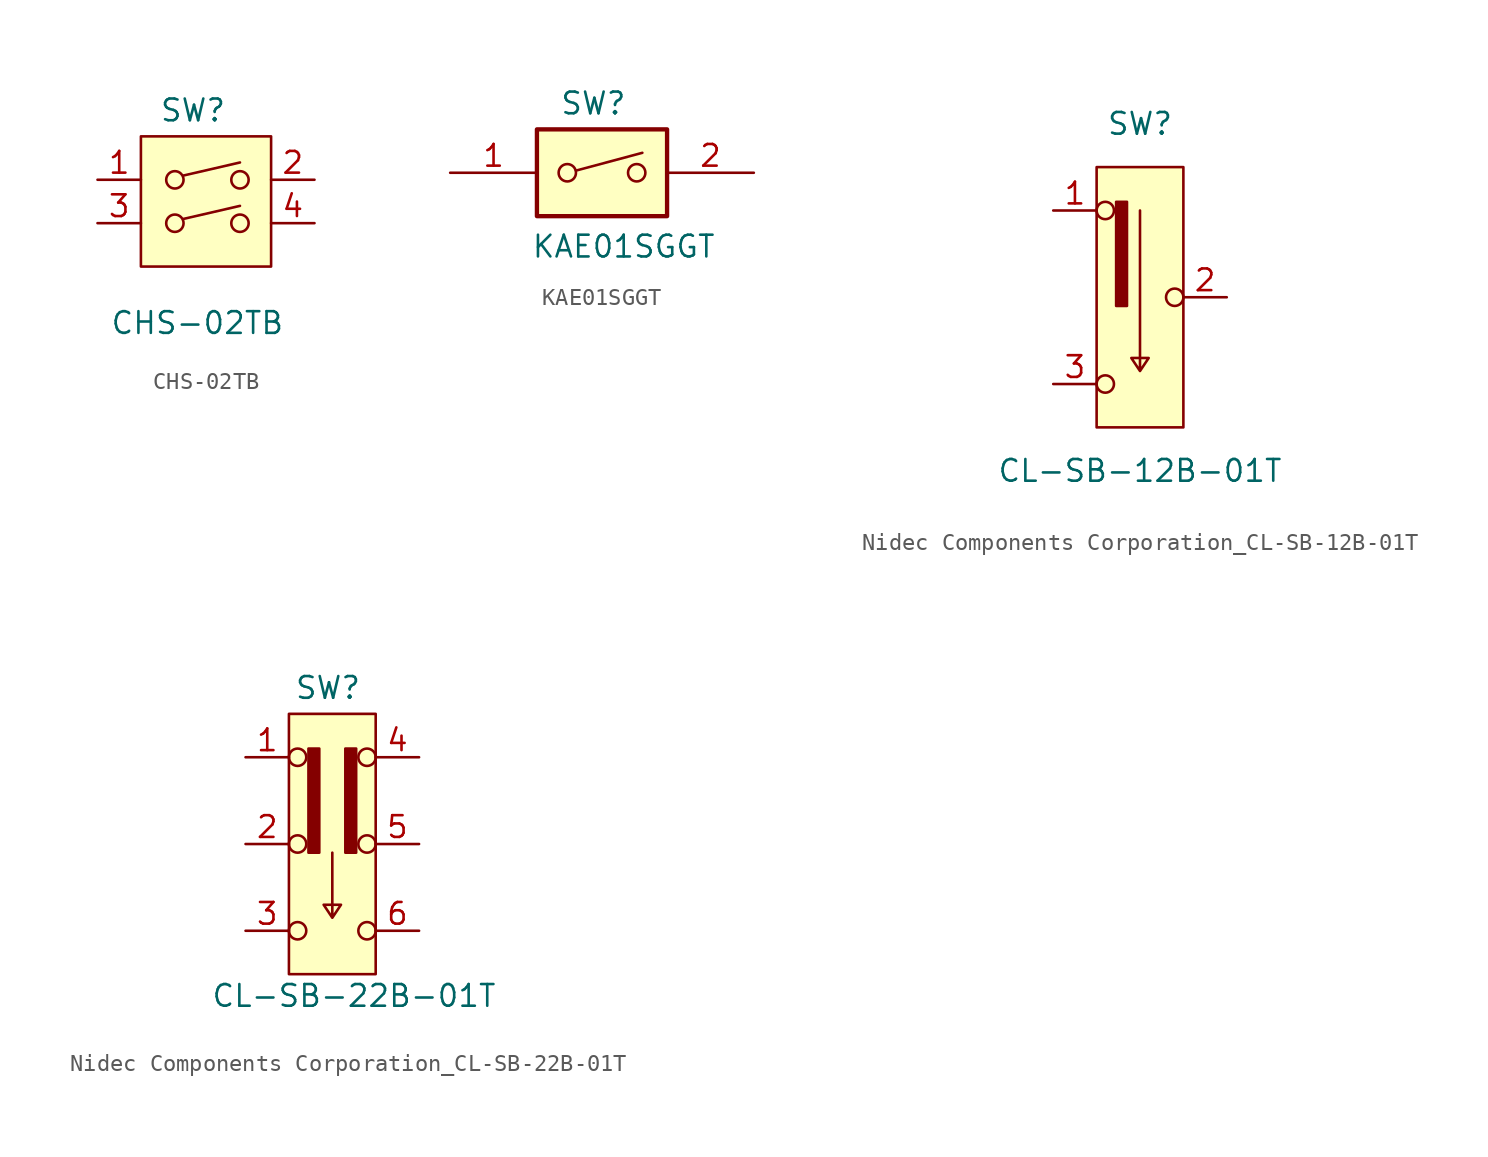
<source format=kicad_sym>
(kicad_symbol_lib
  (version 20231120)
  (generator "kicad_symbol_editor")
  (generator_version "8.0")
  (symbol "CHS-02TB"
    (property "Reference" "SW"
      (at 3.048 1.524 0)
      (effects (font (size 1.27 1.27))))
    (property "Value" "CHS-02TB"
      (at 3.302 -10.922 0)
      (effects (font (size 1.27 1.27))))
    (symbol "CHS-02TB_0_1"
      (polyline (pts (xy 2.497 -4.831) (xy 5.798 -4.069)) (stroke (width 0) (type default)) (fill (type none)))
      (polyline (pts (xy 2.497 -2.291) (xy 5.798 -1.529)) (stroke (width 0) (type default)) (fill (type none)))
      (circle (center 1.988 -5.085) (radius 0.508) (stroke (width 0) (type default)) (fill (type none)))
      (circle (center 1.988 -2.545) (radius 0.508) (stroke (width 0) (type default)) (fill (type none)))
      (circle (center 5.798 -5.085) (radius 0.508) (stroke (width 0) (type default)) (fill (type none)))
      (circle (center 5.798 -2.545) (radius 0.508) (stroke (width 0) (type default)) (fill (type none))))
    (symbol "CHS-02TB_1_1"
      (rectangle (start 0 0) (end 7.62 -7.62) (stroke (width 0) (type default)) (fill (type background)))
      (pin passive line (at -2.54 -2.54 0) (length 2.54) (name "" (effects (font (size 1.27 1.27)))) (number "1" (effects (font (size 1.27 1.27)))))
      (pin passive line (at 10.16 -2.54 180) (length 2.54) (name "" (effects (font (size 1.27 1.27)))) (number "2" (effects (font (size 1.27 1.27)))))
      (pin passive line (at -2.54 -5.08 0) (length 2.54) (name "" (effects (font (size 1.27 1.27)))) (number "3" (effects (font (size 1.27 1.27)))))
      (pin passive line (at 10.16 -5.08 180) (length 2.54) (name "" (effects (font (size 1.27 1.27)))) (number "4" (effects (font (size 1.27 1.27)))))))
  (symbol "KAE01SGGT"
    (property "Reference" "SW"
      (at 3.302 1.524 0)
      (effects (font (size 1.27 1.27))))
    (property "Value" "KAE01SGGT"
      (at 5.08 -6.858 0)
      (effects (font (size 1.27 1.27))))
    (symbol "KAE01SGGT_0_0"
      (polyline (pts (xy 2.286 -2.413) (xy 6.172 -1.372)) (stroke (width 0) (type default)) (fill (type none)))
      (circle (center 1.778 -2.54) (radius 0.508) (stroke (width 0) (type default)) (fill (type none)))
      (circle (center 5.842 -2.54) (radius 0.508) (stroke (width 0) (type default)) (fill (type none))))
    (symbol "KAE01SGGT_0_1"
      (rectangle (start 0 0) (end 7.62 -5.08) (stroke (width 0.254) (type default)) (fill (type background))))
    (symbol "KAE01SGGT_1_1"
      (pin passive line (at -5.08 -2.54 0) (length 5.08) (name "~" (effects (font (size 1.27 1.27)))) (number "1" (effects (font (size 1.27 1.27)))))
      (pin passive line (at 12.7 -2.54 180) (length 5.08) (name "~" (effects (font (size 1.27 1.27)))) (number "2" (effects (font (size 1.27 1.27)))))))
  (symbol "Nidec Components Corporation_CL-SB-12B-01T"
    (pin_names hide)
    (property "Reference" "SW"
      (at 2.54 2.54 0)
      (effects (font (size 1.27 1.27))))
    (property "Value" "CL-SB-12B-01T"
      (at 2.54 -17.78 0)
      (effects (font (size 1.27 1.27))))
    (symbol "Nidec Components Corporation_CL-SB-12B-01T_0_0"
      (circle (center 0.508 -12.7) (radius 0.508) (stroke (width 0) (type default)) (fill (type none)))
      (circle (center 0.508 -2.54) (radius 0.508) (stroke (width 0) (type default)) (fill (type none)))
      (circle (center 4.572 -7.62) (radius 0.508) (stroke (width 0) (type default)) (fill (type none))))
    (symbol "Nidec Components Corporation_CL-SB-12B-01T_0_1"
      (polyline (pts (xy 2.54 -2.54) (xy 2.54 -11.938) (xy 2.032 -11.176) (xy 3.048 -11.176) (xy 2.54 -11.938)) (stroke (width 0) (type default)) (fill (type none))))
    (symbol "Nidec Components Corporation_CL-SB-12B-01T_1_1"
      (rectangle (start 0 0) (end 5.08 -15.24) (stroke (width 0) (type default)) (fill (type background)))
      (rectangle (start 1.143 -2.032) (end 1.778 -8.128) (stroke (width 0) (type default)) (fill (type outline)))
      (pin passive line (at -2.54 -2.54 0) (length 2.54) (name "A" (effects (font (size 1.27 1.27)))) (number "1" (effects (font (size 1.27 1.27)))))
      (pin passive line (at 7.62 -7.62 180) (length 2.54) (name "C" (effects (font (size 1.27 1.27)))) (number "2" (effects (font (size 1.27 1.27)))))
      (pin passive line (at -2.54 -12.7 0) (length 2.54) (name "B" (effects (font (size 1.27 1.27)))) (number "3" (effects (font (size 1.27 1.27)))))))
  (symbol "Nidec Components Corporation_CL-SB-22B-01T "
    (pin_names hide)
    (property "Reference" "SW"
      (at 2.286 1.524 0)
      (effects (font (size 1.27 1.27))))
    (property "Value" "CL-SB-22B-01T"
      (at 3.81 -16.51 0)
      (effects (font (size 1.27 1.27))))
    (symbol "Nidec Components Corporation_CL-SB-22B-01T _0_0"
      (circle (center 0.508 -12.7) (radius 0.508) (stroke (width 0) (type default)) (fill (type none)))
      (circle (center 0.508 -2.54) (radius 0.508) (stroke (width 0) (type default)) (fill (type none)))
      (circle (center 4.572 -12.7) (radius 0.508) (stroke (width 0) (type default)) (fill (type none)))
      (circle (center 4.572 -7.62) (radius 0.508) (stroke (width 0) (type default)) (fill (type none))))
    (symbol "Nidec Components Corporation_CL-SB-22B-01T _0_1"
      (polyline (pts (xy 2.54 -8.128) (xy 2.54 -11.938) (xy 2.032 -11.176) (xy 3.048 -11.176) (xy 2.54 -11.938)) (stroke (width 0) (type default)) (fill (type none)))
      (circle (center 0.508 -7.62) (radius 0.508) (stroke (width 0) (type default)) (fill (type none)))
      (circle (center 4.572 -2.54) (radius 0.508) (stroke (width 0) (type default)) (fill (type none))))
    (symbol "Nidec Components Corporation_CL-SB-22B-01T _1_1"
      (rectangle (start 0 0) (end 5.08 -15.24) (stroke (width 0) (type default)) (fill (type background)))
      (rectangle (start 1.143 -2.032) (end 1.778 -8.128) (stroke (width 0) (type default)) (fill (type outline)))
      (rectangle (start 3.302 -2.032) (end 3.937 -8.128) (stroke (width 0) (type default)) (fill (type outline)))
      (pin passive line (at -2.54 -2.54 0) (length 2.54) (name "A" (effects (font (size 1.27 1.27)))) (number "1" (effects (font (size 1.27 1.27)))))
      (pin passive line (at -2.54 -7.62 0) (length 2.54) (name "C" (effects (font (size 1.27 1.27)))) (number "2" (effects (font (size 1.27 1.27)))))
      (pin passive line (at -2.54 -12.7 0) (length 2.54) (name "B" (effects (font (size 1.27 1.27)))) (number "3" (effects (font (size 1.27 1.27)))))
      (pin passive line (at 7.62 -2.54 180) (length 2.54) (name "B" (effects (font (size 1.27 1.27)))) (number "4" (effects (font (size 1.27 1.27)))))
      (pin passive line (at 7.62 -7.62 180) (length 2.54) (name "C" (effects (font (size 1.27 1.27)))) (number "5" (effects (font (size 1.27 1.27)))))
      (pin passive line (at 7.62 -12.7 180) (length 2.54) (name "A" (effects (font (size 1.27 1.27)))) (number "6" (effects (font (size 1.27 1.27))))))))
</source>
